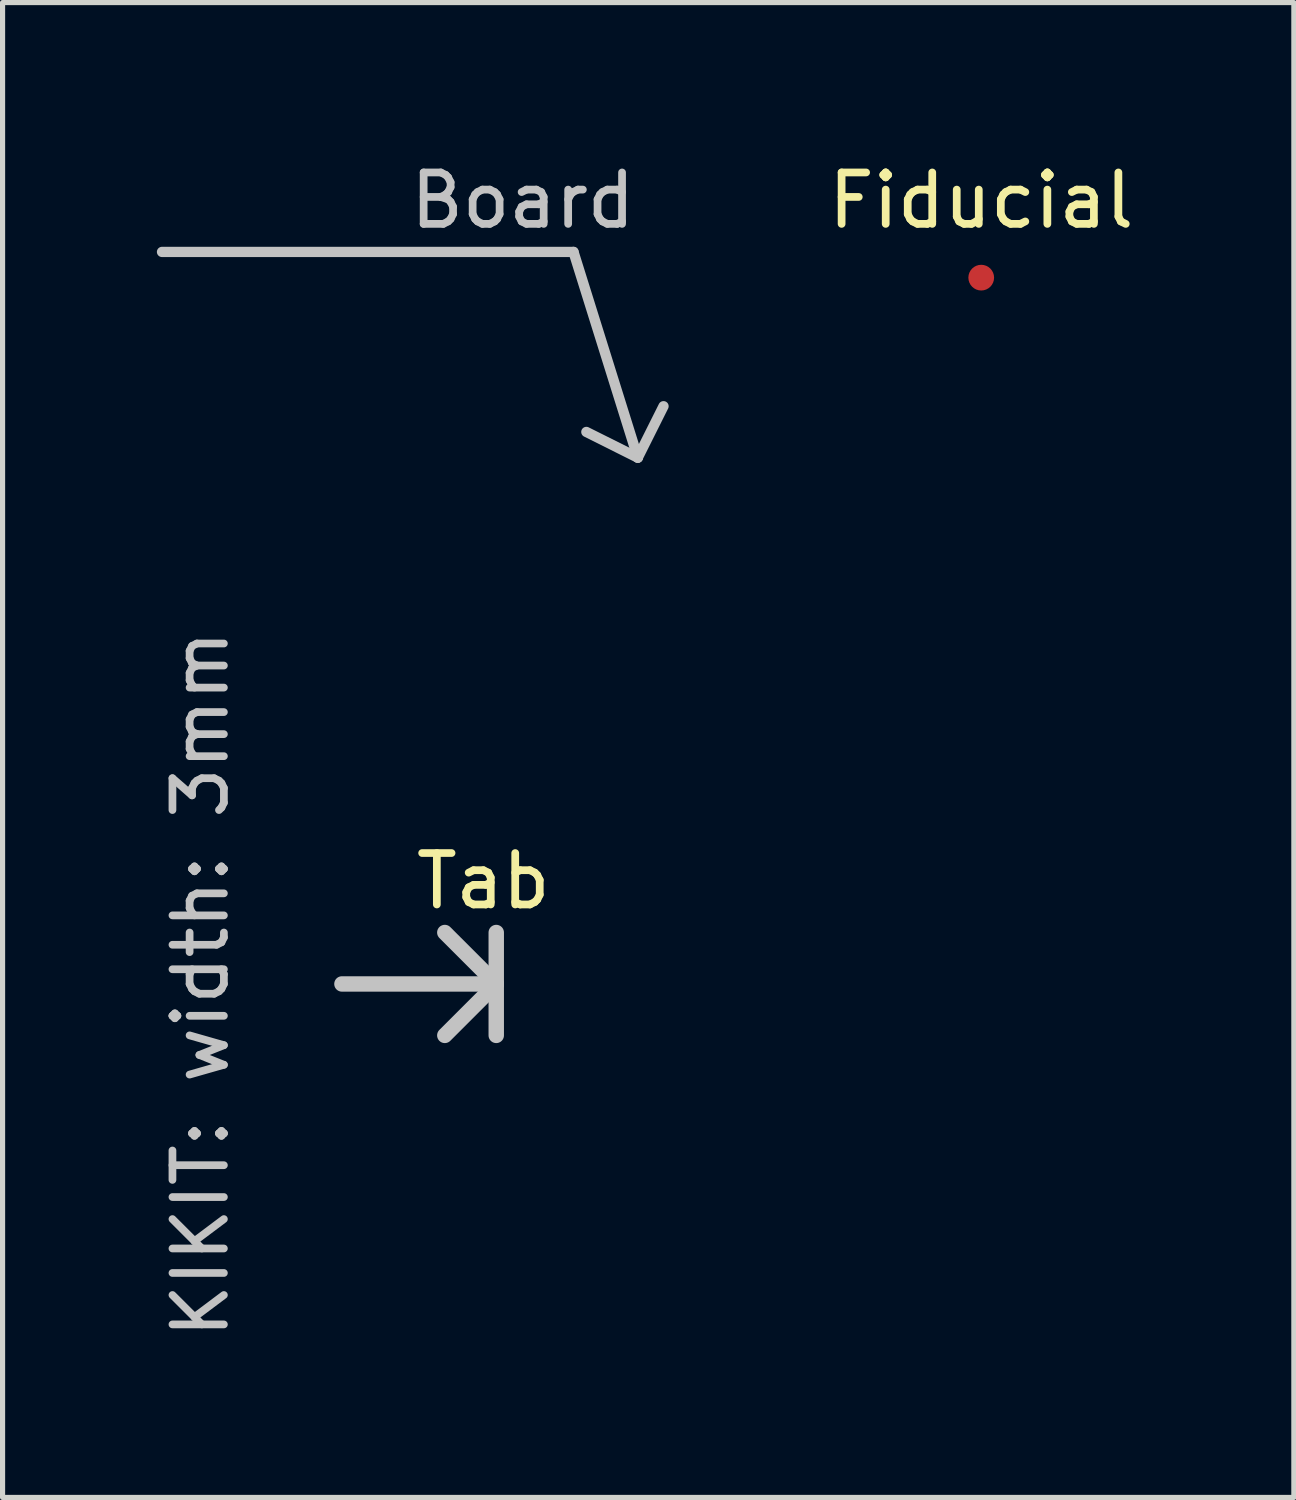
<source format=kicad_pcb>
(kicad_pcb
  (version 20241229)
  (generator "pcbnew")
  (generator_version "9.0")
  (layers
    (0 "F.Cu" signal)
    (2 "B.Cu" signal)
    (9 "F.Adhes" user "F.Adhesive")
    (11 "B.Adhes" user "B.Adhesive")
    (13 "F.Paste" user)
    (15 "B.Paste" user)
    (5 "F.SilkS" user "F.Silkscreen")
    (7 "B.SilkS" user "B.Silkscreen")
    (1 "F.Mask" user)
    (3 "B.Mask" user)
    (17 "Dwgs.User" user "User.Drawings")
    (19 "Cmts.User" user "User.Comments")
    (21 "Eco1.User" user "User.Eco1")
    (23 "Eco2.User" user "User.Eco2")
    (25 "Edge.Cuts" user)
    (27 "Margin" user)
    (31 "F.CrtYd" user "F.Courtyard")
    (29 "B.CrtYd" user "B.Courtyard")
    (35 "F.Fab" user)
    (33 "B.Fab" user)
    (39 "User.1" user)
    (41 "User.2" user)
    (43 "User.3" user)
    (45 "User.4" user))
  (footprint "Board"
    (layer "F.Cu")
    (at 9.35 5.848)
    (property "Reference" "Board" (at -4.5 -5 0) (layer "Dwgs.User") (effects (font (size 1 1) (thickness 0.15)) (justify left)))
    (attr exclude_from_pos_files exclude_from_bom)
    (fp_line (start -1.25 -4) (end -9.25 -4) (stroke (width 0.2) (type solid)) (layer "Dwgs.User"))
    (fp_line (start 0 0) (end -1.25 -4) (stroke (width 0.2) (type solid)) (layer "Dwgs.User"))
    (fp_line (start 0 0) (end -1 -0.5) (stroke (width 0.2) (type solid)) (layer "Dwgs.User"))
    (fp_line (start 0 0) (end 0.5 -1) (stroke (width 0.2) (type solid)) (layer "Dwgs.User")))
  (footprint "Tab"
    (layer "F.Cu")
    (at 6.348 16.08)
    (property "Reference" "Tab" (at 0 -2 0) (layer "F.SilkS") (effects (font (size 1 1) (thickness 0.15))))
    (attr exclude_from_pos_files exclude_from_bom)
    (fp_line (start 0.25 0) (end -2.75 0) (stroke (width 0.3) (type solid)) (layer "Dwgs.User"))
    (fp_line (start 0.25 0) (end -0.75 -1) (stroke (width 0.3) (type solid)) (layer "Dwgs.User"))
    (fp_line (start 0.25 0) (end -0.75 1) (stroke (width 0.3) (type solid)) (layer "Dwgs.User"))
    (fp_line (start 0.25 1) (end 0.25 -1) (stroke (width 0.3) (type solid)) (layer "Dwgs.User"))
    (fp_text user "KIKIT: width: 3mm" (at -5.5 0 90) (layer "Dwgs.User") (effects (font (size 1 1) (thickness 0.15)))))
  (footprint "Fiducial"
    (layer "F.Cu")
    (at 16.027 2.348)
    (property "Reference" "Fiducial" (at 0 -1.5 0) (layer "F.SilkS") (effects (font (size 1 1) (thickness 0.15))))
    (attr smd)
    (pad "" smd circle (at 0 0) (size 0.5 0.5) (layers "F.Cu" "F.Mask")))
  (gr_rect
    (start -3 -3)
    (end 22.105 26.063)
    (stroke (width 0.1) (type default))
    (fill no)
    (layer "Edge.Cuts")))
</source>
